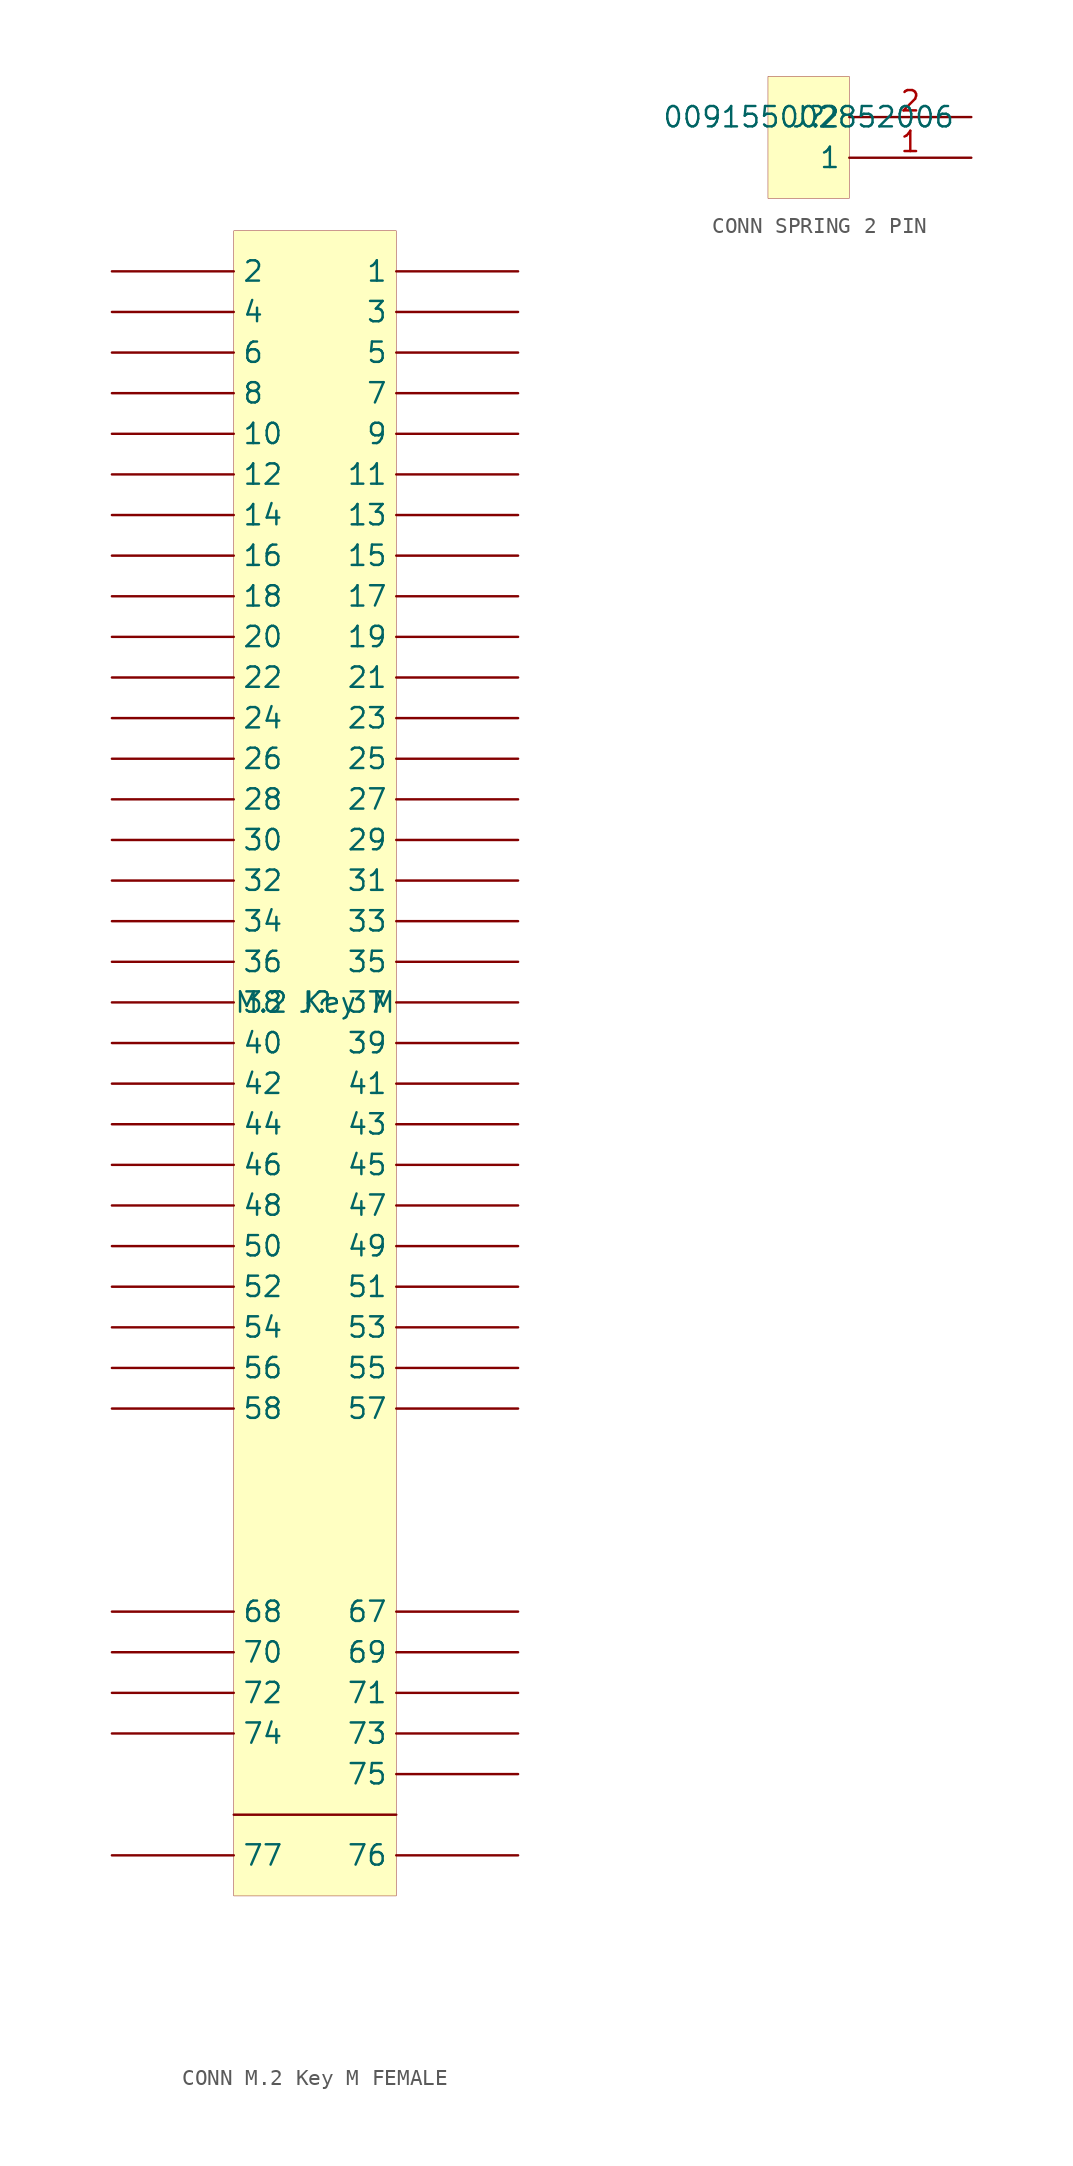
<source format=kicad_sym>
(kicad_symbol_lib
  (version 20241209)
  (generator "kicad_symbol_editor")
  (generator_version "8.99")
  (symbol "CONN M.2 Key M FEMALE"
    (pin_numbers
      (hide yes))
    (property "Reference" "J"
      (at 0 0 0)
      (effects (font (size 1.27 1.27))))
    (property "Value" "M.2 Key M"
      (at 0 0 0)
      (effects (font (size 1.27 1.27))))
    (symbol "CONN M.2 Key M FEMALE_1_0"
      (rectangle (start 5.08 48.26) (end -5.08 -55.88) (stroke (width 0.025) (type solid) (color 128 0 0 1)) (fill (type background)))
      (polyline (pts (xy 5.08 -50.8) (xy -5.08 -50.8)) (stroke (width 0) (type solid)) (fill (type none)))
      (pin passive line (at -12.7 45.72 0) (length 7.62) (name "2" (effects (font (size 1.27 1.27)))) (number "2" (effects (font (size 1.27 1.27)))))
      (pin passive line (at -12.7 43.18 0) (length 7.62) (name "4" (effects (font (size 1.27 1.27)))) (number "4" (effects (font (size 1.27 1.27)))))
      (pin passive line (at -12.7 40.64 0) (length 7.62) (name "6" (effects (font (size 1.27 1.27)))) (number "6" (effects (font (size 1.27 1.27)))))
      (pin passive line (at -12.7 38.1 0) (length 7.62) (name "8" (effects (font (size 1.27 1.27)))) (number "8" (effects (font (size 1.27 1.27)))))
      (pin passive line (at -12.7 35.56 0) (length 7.62) (name "10" (effects (font (size 1.27 1.27)))) (number "10" (effects (font (size 1.27 1.27)))))
      (pin passive line (at -12.7 33.02 0) (length 7.62) (name "12" (effects (font (size 1.27 1.27)))) (number "12" (effects (font (size 1.27 1.27)))))
      (pin passive line (at -12.7 30.48 0) (length 7.62) (name "14" (effects (font (size 1.27 1.27)))) (number "14" (effects (font (size 1.27 1.27)))))
      (pin passive line (at -12.7 27.94 0) (length 7.62) (name "16" (effects (font (size 1.27 1.27)))) (number "16" (effects (font (size 1.27 1.27)))))
      (pin passive line (at -12.7 25.4 0) (length 7.62) (name "18" (effects (font (size 1.27 1.27)))) (number "18" (effects (font (size 1.27 1.27)))))
      (pin passive line (at -12.7 22.86 0) (length 7.62) (name "20" (effects (font (size 1.27 1.27)))) (number "20" (effects (font (size 1.27 1.27)))))
      (pin passive line (at -12.7 20.32 0) (length 7.62) (name "22" (effects (font (size 1.27 1.27)))) (number "22" (effects (font (size 1.27 1.27)))))
      (pin passive line (at -12.7 17.78 0) (length 7.62) (name "24" (effects (font (size 1.27 1.27)))) (number "24" (effects (font (size 1.27 1.27)))))
      (pin passive line (at -12.7 15.24 0) (length 7.62) (name "26" (effects (font (size 1.27 1.27)))) (number "26" (effects (font (size 1.27 1.27)))))
      (pin passive line (at -12.7 12.7 0) (length 7.62) (name "28" (effects (font (size 1.27 1.27)))) (number "28" (effects (font (size 1.27 1.27)))))
      (pin passive line (at -12.7 10.16 0) (length 7.62) (name "30" (effects (font (size 1.27 1.27)))) (number "30" (effects (font (size 1.27 1.27)))))
      (pin passive line (at -12.7 7.62 0) (length 7.62) (name "32" (effects (font (size 1.27 1.27)))) (number "32" (effects (font (size 1.27 1.27)))))
      (pin passive line (at -12.7 5.08 0) (length 7.62) (name "34" (effects (font (size 1.27 1.27)))) (number "34" (effects (font (size 1.27 1.27)))))
      (pin passive line (at -12.7 2.54 0) (length 7.62) (name "36" (effects (font (size 1.27 1.27)))) (number "36" (effects (font (size 1.27 1.27)))))
      (pin passive line (at -12.7 0 0) (length 7.62) (name "38" (effects (font (size 1.27 1.27)))) (number "38" (effects (font (size 1.27 1.27)))))
      (pin passive line (at -12.7 -2.54 0) (length 7.62) (name "40" (effects (font (size 1.27 1.27)))) (number "40" (effects (font (size 1.27 1.27)))))
      (pin passive line (at -12.7 -5.08 0) (length 7.62) (name "42" (effects (font (size 1.27 1.27)))) (number "42" (effects (font (size 1.27 1.27)))))
      (pin passive line (at -12.7 -7.62 0) (length 7.62) (name "44" (effects (font (size 1.27 1.27)))) (number "44" (effects (font (size 1.27 1.27)))))
      (pin passive line (at -12.7 -10.16 0) (length 7.62) (name "46" (effects (font (size 1.27 1.27)))) (number "46" (effects (font (size 1.27 1.27)))))
      (pin passive line (at -12.7 -12.7 0) (length 7.62) (name "48" (effects (font (size 1.27 1.27)))) (number "48" (effects (font (size 1.27 1.27)))))
      (pin passive line (at -12.7 -15.24 0) (length 7.62) (name "50" (effects (font (size 1.27 1.27)))) (number "50" (effects (font (size 1.27 1.27)))))
      (pin passive line (at -12.7 -17.78 0) (length 7.62) (name "52" (effects (font (size 1.27 1.27)))) (number "52" (effects (font (size 1.27 1.27)))))
      (pin passive line (at -12.7 -20.32 0) (length 7.62) (name "54" (effects (font (size 1.27 1.27)))) (number "54" (effects (font (size 1.27 1.27)))))
      (pin passive line (at -12.7 -22.86 0) (length 7.62) (name "56" (effects (font (size 1.27 1.27)))) (number "56" (effects (font (size 1.27 1.27)))))
      (pin passive line (at -12.7 -25.4 0) (length 7.62) (name "58" (effects (font (size 1.27 1.27)))) (number "58" (effects (font (size 1.27 1.27)))))
      (pin passive line (at -12.7 -38.1 0) (length 7.62) (name "68" (effects (font (size 1.27 1.27)))) (number "68" (effects (font (size 1.27 1.27)))))
      (pin passive line (at -12.7 -40.64 0) (length 7.62) (name "70" (effects (font (size 1.27 1.27)))) (number "70" (effects (font (size 1.27 1.27)))))
      (pin passive line (at -12.7 -43.18 0) (length 7.62) (name "72" (effects (font (size 1.27 1.27)))) (number "72" (effects (font (size 1.27 1.27)))))
      (pin passive line (at -12.7 -45.72 0) (length 7.62) (name "74" (effects (font (size 1.27 1.27)))) (number "74" (effects (font (size 1.27 1.27)))))
      (pin passive line (at -12.7 -53.34 0) (length 7.62) (name "77" (effects (font (size 1.27 1.27)))) (number "77" (effects (font (size 1.27 1.27)))))
      (pin passive line (at 12.7 45.72 180) (length 7.62) (name "1" (effects (font (size 1.27 1.27)))) (number "1" (effects (font (size 1.27 1.27)))))
      (pin passive line (at 12.7 43.18 180) (length 7.62) (name "3" (effects (font (size 1.27 1.27)))) (number "3" (effects (font (size 1.27 1.27)))))
      (pin passive line (at 12.7 40.64 180) (length 7.62) (name "5" (effects (font (size 1.27 1.27)))) (number "5" (effects (font (size 1.27 1.27)))))
      (pin passive line (at 12.7 38.1 180) (length 7.62) (name "7" (effects (font (size 1.27 1.27)))) (number "7" (effects (font (size 1.27 1.27)))))
      (pin passive line (at 12.7 35.56 180) (length 7.62) (name "9" (effects (font (size 1.27 1.27)))) (number "9" (effects (font (size 1.27 1.27)))))
      (pin passive line (at 12.7 33.02 180) (length 7.62) (name "11" (effects (font (size 1.27 1.27)))) (number "11" (effects (font (size 1.27 1.27)))))
      (pin passive line (at 12.7 30.48 180) (length 7.62) (name "13" (effects (font (size 1.27 1.27)))) (number "13" (effects (font (size 1.27 1.27)))))
      (pin passive line (at 12.7 27.94 180) (length 7.62) (name "15" (effects (font (size 1.27 1.27)))) (number "15" (effects (font (size 1.27 1.27)))))
      (pin passive line (at 12.7 25.4 180) (length 7.62) (name "17" (effects (font (size 1.27 1.27)))) (number "17" (effects (font (size 1.27 1.27)))))
      (pin passive line (at 12.7 22.86 180) (length 7.62) (name "19" (effects (font (size 1.27 1.27)))) (number "19" (effects (font (size 1.27 1.27)))))
      (pin passive line (at 12.7 20.32 180) (length 7.62) (name "21" (effects (font (size 1.27 1.27)))) (number "21" (effects (font (size 1.27 1.27)))))
      (pin passive line (at 12.7 17.78 180) (length 7.62) (name "23" (effects (font (size 1.27 1.27)))) (number "23" (effects (font (size 1.27 1.27)))))
      (pin passive line (at 12.7 15.24 180) (length 7.62) (name "25" (effects (font (size 1.27 1.27)))) (number "25" (effects (font (size 1.27 1.27)))))
      (pin passive line (at 12.7 12.7 180) (length 7.62) (name "27" (effects (font (size 1.27 1.27)))) (number "27" (effects (font (size 1.27 1.27)))))
      (pin passive line (at 12.7 10.16 180) (length 7.62) (name "29" (effects (font (size 1.27 1.27)))) (number "29" (effects (font (size 1.27 1.27)))))
      (pin passive line (at 12.7 7.62 180) (length 7.62) (name "31" (effects (font (size 1.27 1.27)))) (number "31" (effects (font (size 1.27 1.27)))))
      (pin passive line (at 12.7 5.08 180) (length 7.62) (name "33" (effects (font (size 1.27 1.27)))) (number "33" (effects (font (size 1.27 1.27)))))
      (pin passive line (at 12.7 2.54 180) (length 7.62) (name "35" (effects (font (size 1.27 1.27)))) (number "35" (effects (font (size 1.27 1.27)))))
      (pin passive line (at 12.7 0 180) (length 7.62) (name "37" (effects (font (size 1.27 1.27)))) (number "37" (effects (font (size 1.27 1.27)))))
      (pin passive line (at 12.7 -2.54 180) (length 7.62) (name "39" (effects (font (size 1.27 1.27)))) (number "39" (effects (font (size 1.27 1.27)))))
      (pin passive line (at 12.7 -5.08 180) (length 7.62) (name "41" (effects (font (size 1.27 1.27)))) (number "41" (effects (font (size 1.27 1.27)))))
      (pin passive line (at 12.7 -7.62 180) (length 7.62) (name "43" (effects (font (size 1.27 1.27)))) (number "43" (effects (font (size 1.27 1.27)))))
      (pin passive line (at 12.7 -10.16 180) (length 7.62) (name "45" (effects (font (size 1.27 1.27)))) (number "45" (effects (font (size 1.27 1.27)))))
      (pin passive line (at 12.7 -12.7 180) (length 7.62) (name "47" (effects (font (size 1.27 1.27)))) (number "47" (effects (font (size 1.27 1.27)))))
      (pin passive line (at 12.7 -15.24 180) (length 7.62) (name "49" (effects (font (size 1.27 1.27)))) (number "49" (effects (font (size 1.27 1.27)))))
      (pin passive line (at 12.7 -17.78 180) (length 7.62) (name "51" (effects (font (size 1.27 1.27)))) (number "51" (effects (font (size 1.27 1.27)))))
      (pin passive line (at 12.7 -20.32 180) (length 7.62) (name "53" (effects (font (size 1.27 1.27)))) (number "53" (effects (font (size 1.27 1.27)))))
      (pin passive line (at 12.7 -22.86 180) (length 7.62) (name "55" (effects (font (size 1.27 1.27)))) (number "55" (effects (font (size 1.27 1.27)))))
      (pin passive line (at 12.7 -25.4 180) (length 7.62) (name "57" (effects (font (size 1.27 1.27)))) (number "57" (effects (font (size 1.27 1.27)))))
      (pin passive line (at 12.7 -38.1 180) (length 7.62) (name "67" (effects (font (size 1.27 1.27)))) (number "67" (effects (font (size 1.27 1.27)))))
      (pin passive line (at 12.7 -40.64 180) (length 7.62) (name "69" (effects (font (size 1.27 1.27)))) (number "69" (effects (font (size 1.27 1.27)))))
      (pin passive line (at 12.7 -43.18 180) (length 7.62) (name "71" (effects (font (size 1.27 1.27)))) (number "71" (effects (font (size 1.27 1.27)))))
      (pin passive line (at 12.7 -45.72 180) (length 7.62) (name "73" (effects (font (size 1.27 1.27)))) (number "73" (effects (font (size 1.27 1.27)))))
      (pin passive line (at 12.7 -48.26 180) (length 7.62) (name "75" (effects (font (size 1.27 1.27)))) (number "75" (effects (font (size 1.27 1.27)))))
      (pin passive line (at 12.7 -53.34 180) (length 7.62) (name "76" (effects (font (size 1.27 1.27)))) (number "76" (effects (font (size 1.27 1.27)))))))
  (symbol "CONN SPRING 2 PIN"
    (property "Reference" "J"
      (at 0 0 0)
      (effects (font (size 1.27 1.27))))
    (property "Value" "009155002852006"
      (at 0 0 0)
      (effects (font (size 1.27 1.27))))
    (symbol "CONN SPRING 2 PIN_1_0"
      (rectangle (start 2.54 2.54) (end -2.54 -5.08) (stroke (width 0.025) (type solid) (color 128 0 0 1)) (fill (type background)))
      (pin passive line (at 10.16 0 180) (length 7.62) (name "2" (effects (font (size 1.27 1.27)))) (number "2" (effects (font (size 1.27 1.27)))))
      (pin passive line (at 10.16 -2.54 180) (length 7.62) (name "1" (effects (font (size 1.27 1.27)))) (number "1" (effects (font (size 1.27 1.27))))))))
</source>
